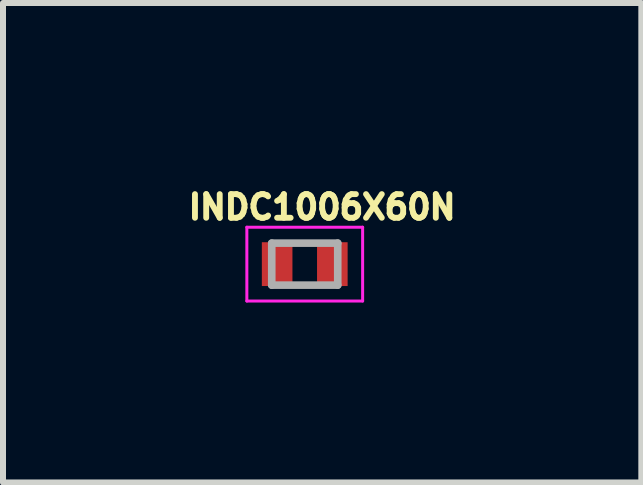
<source format=kicad_pcb>
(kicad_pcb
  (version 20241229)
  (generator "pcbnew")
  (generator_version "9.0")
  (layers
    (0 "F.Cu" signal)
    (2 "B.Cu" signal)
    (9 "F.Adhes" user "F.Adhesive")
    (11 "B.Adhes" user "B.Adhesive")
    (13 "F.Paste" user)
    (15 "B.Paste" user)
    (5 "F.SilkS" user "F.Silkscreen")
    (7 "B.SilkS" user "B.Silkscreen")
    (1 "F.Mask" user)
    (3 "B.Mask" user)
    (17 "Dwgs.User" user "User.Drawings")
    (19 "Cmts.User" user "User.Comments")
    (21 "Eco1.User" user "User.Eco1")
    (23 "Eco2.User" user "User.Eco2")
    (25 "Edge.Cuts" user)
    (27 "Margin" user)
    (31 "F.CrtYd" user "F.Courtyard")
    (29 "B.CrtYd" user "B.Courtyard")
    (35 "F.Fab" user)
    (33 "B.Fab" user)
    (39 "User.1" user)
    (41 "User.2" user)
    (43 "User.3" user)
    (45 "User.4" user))
  (footprint "INDC1006X60N"
    (layer "F.Cu")
    (at 2.03 1.353)
    (property "Reference" "INDC1006X60N" (at 0.29 -0.95 0) (layer "F.SilkS") (effects (font (size 0.394 0.394) (thickness 0.098))))
    (attr smd)
    (fp_line (start -0.965 -0.615) (end 0.965 -0.615) (stroke (width 0.05) (type solid)) (layer "F.CrtYd"))
    (fp_line (start -0.965 0.615) (end -0.965 -0.615) (stroke (width 0.05) (type solid)) (layer "F.CrtYd"))
    (fp_line (start -0.965 0.615) (end 0.965 0.615) (stroke (width 0.05) (type solid)) (layer "F.CrtYd"))
    (fp_line (start 0.965 0.615) (end 0.965 -0.615) (stroke (width 0.05) (type solid)) (layer "F.CrtYd"))
    (fp_line (start -0.55 0.35) (end -0.55 -0.35) (stroke (width 0.127) (type solid)) (layer "F.Fab"))
    (fp_line (start 0.55 -0.35) (end -0.55 -0.35) (stroke (width 0.127) (type solid)) (layer "F.Fab"))
    (fp_line (start 0.55 0.35) (end -0.55 0.35) (stroke (width 0.127) (type solid)) (layer "F.Fab"))
    (fp_line (start 0.55 0.35) (end 0.55 -0.35) (stroke (width 0.127) (type solid)) (layer "F.Fab"))
    (pad "1" smd rect (at -0.46 0) (size 0.51 0.73) (layers "F.Cu" "F.Mask" "F.Paste"))
    (pad "2" smd rect (at 0.46 0) (size 0.51 0.73) (layers "F.Cu" "F.Mask" "F.Paste")))
  (gr_rect
    (start -3 -3)
    (end 7.641 4.993)
    (stroke (width 0.1) (type default))
    (fill no)
    (layer "Edge.Cuts")))
</source>
